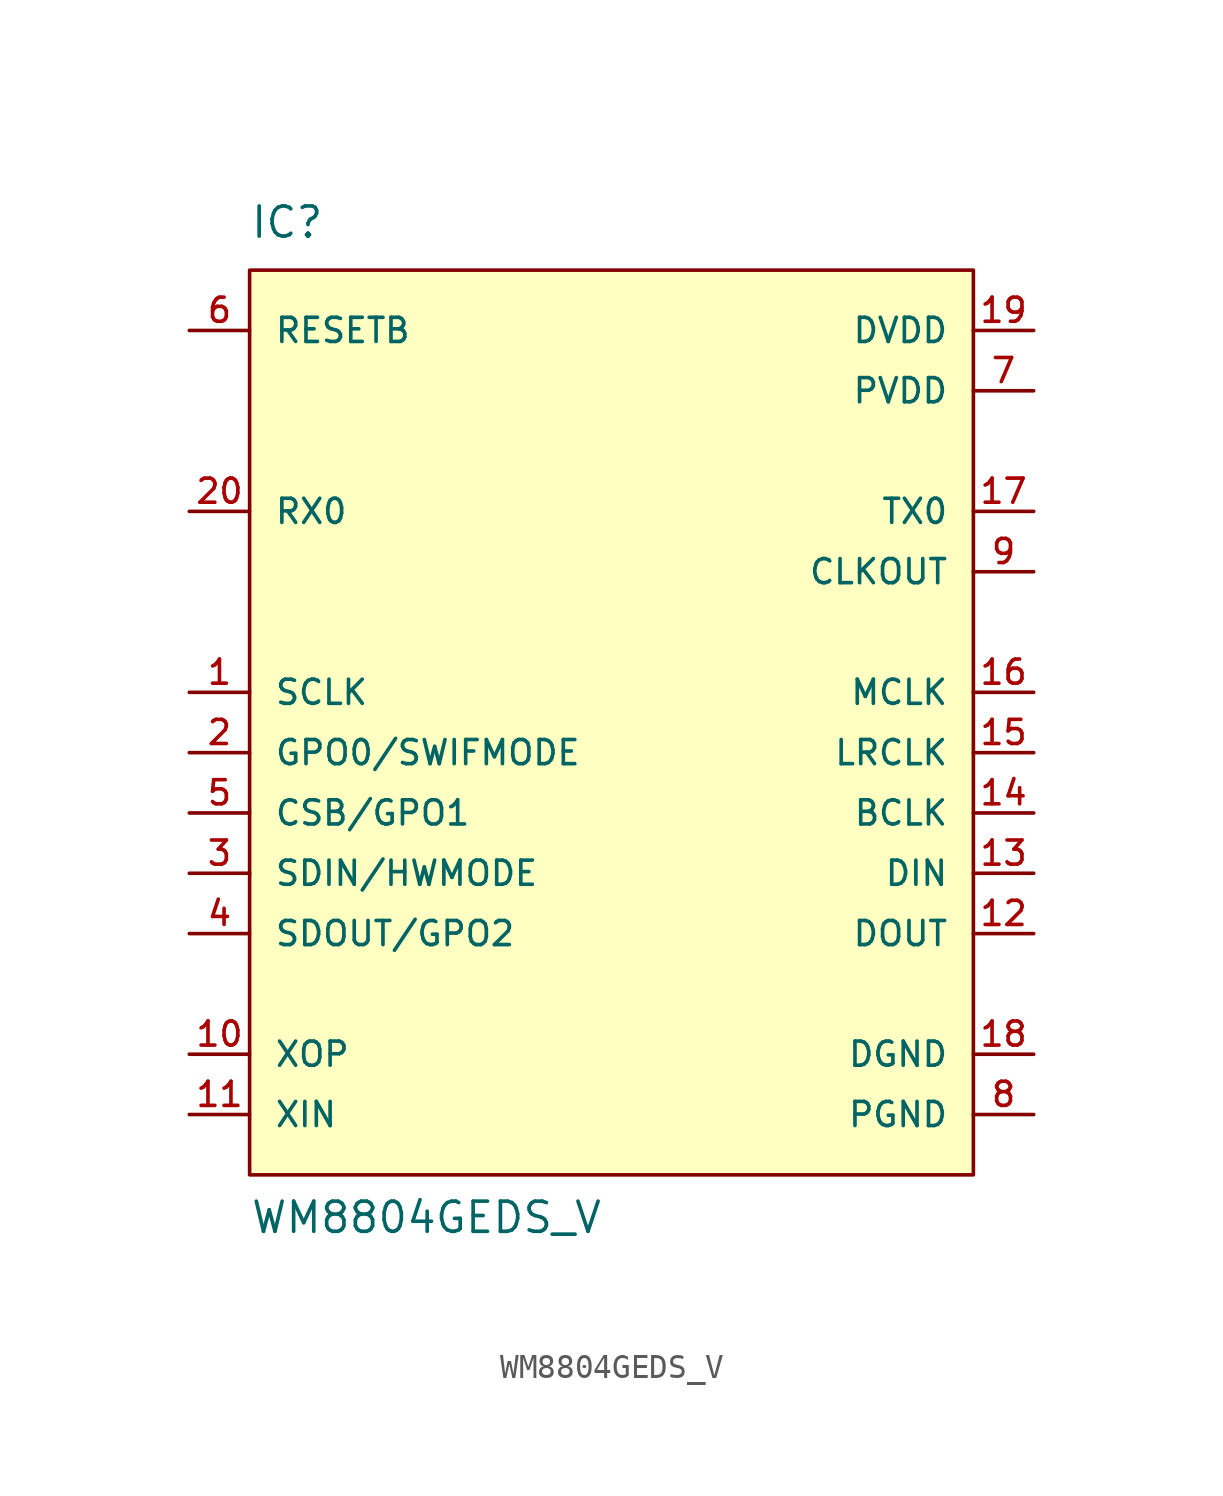
<source format=kicad_sym>
(kicad_symbol_lib
  (version 20211014)
  (generator kicad_symbol_editor)
  (symbol "WM8804GEDS_V"
    (pin_names
      (offset 1.016))
    (property "Reference" "IC"
      (at -15.24 13.97 0)
      (effects (font (size 1.27 1.27)) (justify bottom left)))
    (property "Value" "WM8804GEDS_V"
      (at -15.24 -27.94 0)
      (effects (font (size 1.27 1.27)) (justify bottom left)))
    (symbol "WM8804GEDS_V_0_0"
      (rectangle (start -15.24 -25.4) (end 15.24 12.7) (stroke (width 0.152)) (fill (type background)))
      (pin bidirectional line (at -17.78 -5.08 0) (length 2.54) (name "SCLK" (effects (font (size 1.016 1.016)))) (number "1" (effects (font (size 1.016 1.016)))))
      (pin bidirectional line (at -17.78 -7.62 0) (length 2.54) (name "GPO0/SWIFMODE" (effects (font (size 1.016 1.016)))) (number "2" (effects (font (size 1.016 1.016)))))
      (pin bidirectional line (at -17.78 -12.7 0) (length 2.54) (name "SDIN/HWMODE" (effects (font (size 1.016 1.016)))) (number "3" (effects (font (size 1.016 1.016)))))
      (pin bidirectional line (at -17.78 -15.24 0) (length 2.54) (name "SDOUT/GPO2" (effects (font (size 1.016 1.016)))) (number "4" (effects (font (size 1.016 1.016)))))
      (pin bidirectional line (at -17.78 -10.16 0) (length 2.54) (name "CSB/GPO1" (effects (font (size 1.016 1.016)))) (number "5" (effects (font (size 1.016 1.016)))))
      (pin bidirectional line (at -17.78 10.16 0) (length 2.54) (name "RESETB" (effects (font (size 1.016 1.016)))) (number "6" (effects (font (size 1.016 1.016)))))
      (pin bidirectional line (at 17.78 7.62 180.0) (length 2.54) (name "PVDD" (effects (font (size 1.016 1.016)))) (number "7" (effects (font (size 1.016 1.016)))))
      (pin bidirectional line (at 17.78 -22.86 180.0) (length 2.54) (name "PGND" (effects (font (size 1.016 1.016)))) (number "8" (effects (font (size 1.016 1.016)))))
      (pin bidirectional line (at 17.78 0.0 180.0) (length 2.54) (name "CLKOUT" (effects (font (size 1.016 1.016)))) (number "9" (effects (font (size 1.016 1.016)))))
      (pin bidirectional line (at -17.78 -20.32 0) (length 2.54) (name "XOP" (effects (font (size 1.016 1.016)))) (number "10" (effects (font (size 1.016 1.016)))))
      (pin bidirectional line (at -17.78 -22.86 0) (length 2.54) (name "XIN" (effects (font (size 1.016 1.016)))) (number "11" (effects (font (size 1.016 1.016)))))
      (pin bidirectional line (at 17.78 -15.24 180.0) (length 2.54) (name "DOUT" (effects (font (size 1.016 1.016)))) (number "12" (effects (font (size 1.016 1.016)))))
      (pin bidirectional line (at 17.78 -12.7 180.0) (length 2.54) (name "DIN" (effects (font (size 1.016 1.016)))) (number "13" (effects (font (size 1.016 1.016)))))
      (pin bidirectional line (at 17.78 -10.16 180.0) (length 2.54) (name "BCLK" (effects (font (size 1.016 1.016)))) (number "14" (effects (font (size 1.016 1.016)))))
      (pin bidirectional line (at 17.78 -7.62 180.0) (length 2.54) (name "LRCLK" (effects (font (size 1.016 1.016)))) (number "15" (effects (font (size 1.016 1.016)))))
      (pin bidirectional line (at 17.78 -5.08 180.0) (length 2.54) (name "MCLK" (effects (font (size 1.016 1.016)))) (number "16" (effects (font (size 1.016 1.016)))))
      (pin bidirectional line (at 17.78 2.54 180.0) (length 2.54) (name "TX0" (effects (font (size 1.016 1.016)))) (number "17" (effects (font (size 1.016 1.016)))))
      (pin bidirectional line (at 17.78 -20.32 180.0) (length 2.54) (name "DGND" (effects (font (size 1.016 1.016)))) (number "18" (effects (font (size 1.016 1.016)))))
      (pin bidirectional line (at 17.78 10.16 180.0) (length 2.54) (name "DVDD" (effects (font (size 1.016 1.016)))) (number "19" (effects (font (size 1.016 1.016)))))
      (pin bidirectional line (at -17.78 2.54 0) (length 2.54) (name "RX0" (effects (font (size 1.016 1.016)))) (number "20" (effects (font (size 1.016 1.016))))))))
</source>
